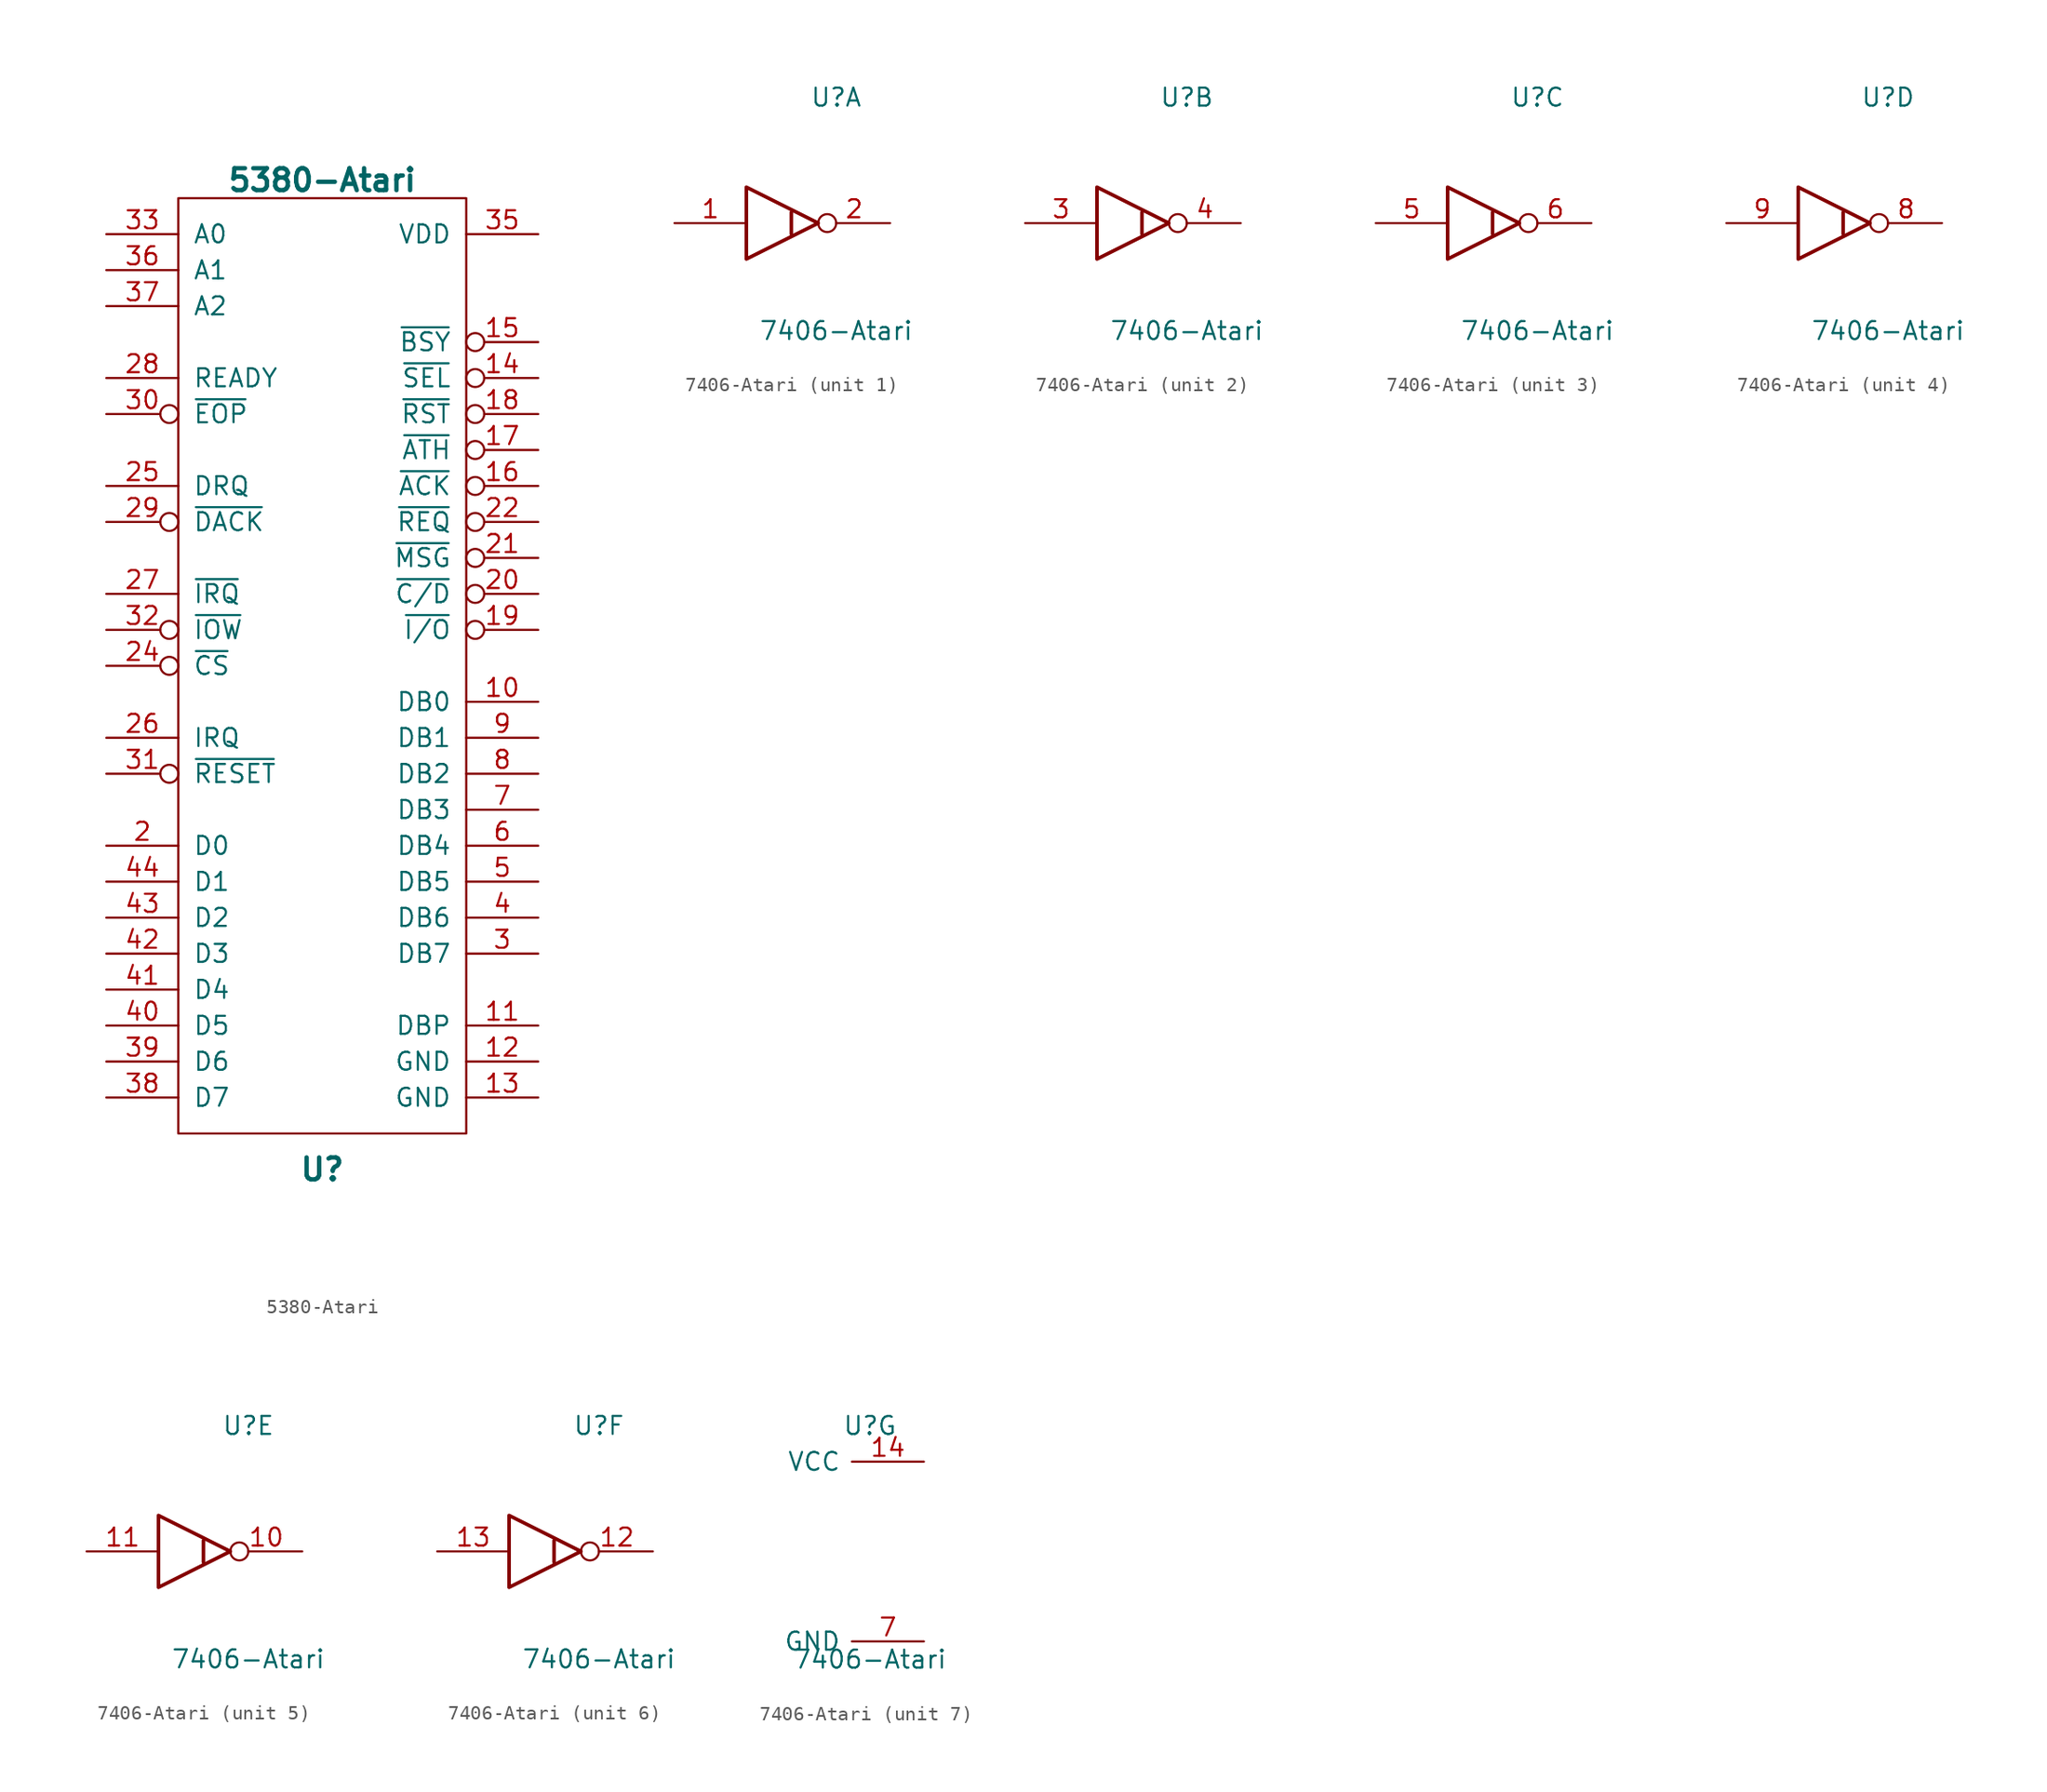
<source format=kicad_sym>
(kicad_symbol_lib
  (version 20231120)
  (generator "kicad_symbol_editor")
  (generator_version "8.0")
  (symbol "5380-Atari"
    (pin_names
      (offset 1.016))
    (property "Reference" "U"
      (at 0 -34.29 0)
      (effects (font (size 1.549 1.549) (bold yes))))
    (property "Value" "5380-Atari"
      (at 0 35.56 0)
      (effects (font (size 1.549 1.549) (bold yes))))
    (symbol "5380-Atari_0_1"
      (rectangle (start -10.16 34.29) (end 10.16 -31.75) (stroke (width 0) (type solid)) (fill (type none))))
    (symbol "5380-Atari_1_1"
      (pin no_connect line (at 0 -5.08 180) (length 0) hide (name "NC" (effects (font (size 0 0)))) (number "1" (effects (font (size 1.27 1.27)))))
      (pin bidirectional line (at 15.24 -1.27 180) (length 5.08) (name "DB0" (effects (font (size 1.27 1.27)))) (number "10" (effects (font (size 1.27 1.27)))))
      (pin input line (at 15.24 -24.13 180) (length 5.08) (name "DBP" (effects (font (size 1.27 1.27)))) (number "11" (effects (font (size 1.27 1.27)))))
      (pin power_in line (at 15.24 -26.67 180) (length 5.08) (name "GND" (effects (font (size 1.27 1.27)))) (number "12" (effects (font (size 1.27 1.27)))))
      (pin power_in line (at 15.24 -29.21 180) (length 5.08) (name "GND" (effects (font (size 1.27 1.27)))) (number "13" (effects (font (size 1.27 1.27)))))
      (pin bidirectional inverted (at 15.24 21.59 180) (length 5.08) (name "~{SEL}" (effects (font (size 1.27 1.27)))) (number "14" (effects (font (size 1.27 1.27)))))
      (pin bidirectional inverted (at 15.24 24.13 180) (length 5.08) (name "~{BSY}" (effects (font (size 1.27 1.27)))) (number "15" (effects (font (size 1.27 1.27)))))
      (pin bidirectional inverted (at 15.24 13.97 180) (length 5.08) (name "~{ACK}" (effects (font (size 1.27 1.27)))) (number "16" (effects (font (size 1.27 1.27)))))
      (pin bidirectional inverted (at 15.24 16.51 180) (length 5.08) (name "~{ATH}" (effects (font (size 1.27 1.27)))) (number "17" (effects (font (size 1.27 1.27)))))
      (pin bidirectional inverted (at 15.24 19.05 180) (length 5.08) (name "~{RST}" (effects (font (size 1.27 1.27)))) (number "18" (effects (font (size 1.27 1.27)))))
      (pin bidirectional inverted (at 15.24 3.81 180) (length 5.08) (name "~{I/O}" (effects (font (size 1.27 1.27)))) (number "19" (effects (font (size 1.27 1.27)))))
      (pin input line (at -15.24 -11.43 0) (length 5.08) (name "D0" (effects (font (size 1.27 1.27)))) (number "2" (effects (font (size 1.27 1.27)))))
      (pin bidirectional inverted (at 15.24 6.35 180) (length 5.08) (name "~{C/D}" (effects (font (size 1.27 1.27)))) (number "20" (effects (font (size 1.27 1.27)))))
      (pin bidirectional inverted (at 15.24 8.89 180) (length 5.08) (name "~{MSG}" (effects (font (size 1.27 1.27)))) (number "21" (effects (font (size 1.27 1.27)))))
      (pin bidirectional inverted (at 15.24 11.43 180) (length 5.08) (name "~{REQ}" (effects (font (size 1.27 1.27)))) (number "22" (effects (font (size 1.27 1.27)))))
      (pin no_connect line (at 0 -7.62 180) (length 0) hide (name "NC" (effects (font (size 0 0)))) (number "23" (effects (font (size 1.27 1.27)))))
      (pin input inverted (at -15.24 1.27 0) (length 5.08) (name "~{CS}" (effects (font (size 1.27 1.27)))) (number "24" (effects (font (size 1.27 1.27)))))
      (pin output line (at -15.24 13.97 0) (length 5.08) (name "DRQ" (effects (font (size 1.27 1.27)))) (number "25" (effects (font (size 1.27 1.27)))))
      (pin input line (at -15.24 -3.81 0) (length 5.08) (name "IRQ" (effects (font (size 1.27 1.27)))) (number "26" (effects (font (size 1.27 1.27)))))
      (pin output line (at -15.24 6.35 0) (length 5.08) (name "~{IRQ}" (effects (font (size 1.27 1.27)))) (number "27" (effects (font (size 1.27 1.27)))))
      (pin bidirectional line (at -15.24 21.59 0) (length 5.08) (name "READY" (effects (font (size 1.27 1.27)))) (number "28" (effects (font (size 1.27 1.27)))))
      (pin input inverted (at -15.24 11.43 0) (length 5.08) (name "~{DACK}" (effects (font (size 1.27 1.27)))) (number "29" (effects (font (size 1.27 1.27)))))
      (pin bidirectional line (at 15.24 -19.05 180) (length 5.08) (name "DB7" (effects (font (size 1.27 1.27)))) (number "3" (effects (font (size 1.27 1.27)))))
      (pin input inverted (at -15.24 19.05 0) (length 5.08) (name "~{EOP}" (effects (font (size 1.27 1.27)))) (number "30" (effects (font (size 1.27 1.27)))))
      (pin input inverted (at -15.24 -6.35 0) (length 5.08) (name "~{RESET}" (effects (font (size 1.27 1.27)))) (number "31" (effects (font (size 1.27 1.27)))))
      (pin input inverted (at -15.24 3.81 0) (length 5.08) (name "~{IOW}" (effects (font (size 1.27 1.27)))) (number "32" (effects (font (size 1.27 1.27)))))
      (pin input line (at -15.24 31.75 0) (length 5.08) (name "A0" (effects (font (size 1.27 1.27)))) (number "33" (effects (font (size 1.27 1.27)))))
      (pin no_connect line (at 0 -10.16 180) (length 0) hide (name "NC" (effects (font (size 0 0)))) (number "34" (effects (font (size 1.27 1.27)))))
      (pin power_in line (at 15.24 31.75 180) (length 5.08) (name "VDD" (effects (font (size 1.27 1.27)))) (number "35" (effects (font (size 1.27 1.27)))))
      (pin input line (at -15.24 29.21 0) (length 5.08) (name "A1" (effects (font (size 1.27 1.27)))) (number "36" (effects (font (size 1.27 1.27)))))
      (pin input line (at -15.24 26.67 0) (length 5.08) (name "A2" (effects (font (size 1.27 1.27)))) (number "37" (effects (font (size 1.27 1.27)))))
      (pin input line (at -15.24 -29.21 0) (length 5.08) (name "D7" (effects (font (size 1.27 1.27)))) (number "38" (effects (font (size 1.27 1.27)))))
      (pin input line (at -15.24 -26.67 0) (length 5.08) (name "D6" (effects (font (size 1.27 1.27)))) (number "39" (effects (font (size 1.27 1.27)))))
      (pin bidirectional line (at 15.24 -16.51 180) (length 5.08) (name "DB6" (effects (font (size 1.27 1.27)))) (number "4" (effects (font (size 1.27 1.27)))))
      (pin input line (at -15.24 -24.13 0) (length 5.08) (name "D5" (effects (font (size 1.27 1.27)))) (number "40" (effects (font (size 1.27 1.27)))))
      (pin input line (at -15.24 -21.59 0) (length 5.08) (name "D4" (effects (font (size 1.27 1.27)))) (number "41" (effects (font (size 1.27 1.27)))))
      (pin input line (at -15.24 -19.05 0) (length 5.08) (name "D3" (effects (font (size 1.27 1.27)))) (number "42" (effects (font (size 1.27 1.27)))))
      (pin input line (at -15.24 -16.51 0) (length 5.08) (name "D2" (effects (font (size 1.27 1.27)))) (number "43" (effects (font (size 1.27 1.27)))))
      (pin input line (at -15.24 -13.97 0) (length 5.08) (name "D1" (effects (font (size 1.27 1.27)))) (number "44" (effects (font (size 1.27 1.27)))))
      (pin bidirectional line (at 15.24 -13.97 180) (length 5.08) (name "DB5" (effects (font (size 1.27 1.27)))) (number "5" (effects (font (size 1.27 1.27)))))
      (pin bidirectional line (at 15.24 -11.43 180) (length 5.08) (name "DB4" (effects (font (size 1.27 1.27)))) (number "6" (effects (font (size 1.27 1.27)))))
      (pin bidirectional line (at 15.24 -8.89 180) (length 5.08) (name "DB3" (effects (font (size 1.27 1.27)))) (number "7" (effects (font (size 1.27 1.27)))))
      (pin bidirectional line (at 15.24 -6.35 180) (length 5.08) (name "DB2" (effects (font (size 1.27 1.27)))) (number "8" (effects (font (size 1.27 1.27)))))
      (pin bidirectional line (at 15.24 -3.81 180) (length 5.08) (name "DB1" (effects (font (size 1.27 1.27)))) (number "9" (effects (font (size 1.27 1.27)))))))
  (symbol "7406-Atari"
    (pin_names
      (offset 0.762))
    (property "Reference" "U"
      (at 3.81 8.89 0)
      (effects (font (size 1.27 1.27))))
    (property "Value" "7406-Atari"
      (at 3.81 -7.62 0)
      (effects (font (size 1.27 1.27))))
    (symbol "7406-Atari_1_1"
      (polyline (pts (xy 0.635 0.762) (xy 0.635 -0.635) (xy 0.635 -0.762)) (stroke (width 0.254) (type solid)) (fill (type none)))
      (polyline (pts (xy -2.54 2.54) (xy 2.54 0) (xy -2.54 -2.54) (xy -2.54 2.54)) (stroke (width 0.254) (type solid)) (fill (type none)))
      (pin input line (at -7.62 0 0) (length 5.08) (name "~" (effects (font (size 1.27 1.27)))) (number "1" (effects (font (size 1.27 1.27)))))
      (pin open_collector inverted (at 7.62 0 180) (length 5.08) (name "~" (effects (font (size 1.27 1.27)))) (number "2" (effects (font (size 1.27 1.27))))))
    (symbol "7406-Atari_2_1"
      (polyline (pts (xy 0.635 0.762) (xy 0.635 -0.635) (xy 0.635 -0.762)) (stroke (width 0.254) (type solid)) (fill (type none)))
      (polyline (pts (xy -2.54 2.54) (xy 2.54 0) (xy -2.54 -2.54) (xy -2.54 2.54)) (stroke (width 0.254) (type solid)) (fill (type none)))
      (pin input line (at -7.62 0 0) (length 5.08) (name "~" (effects (font (size 1.27 1.27)))) (number "3" (effects (font (size 1.27 1.27)))))
      (pin open_collector inverted (at 7.62 0 180) (length 5.08) (name "~" (effects (font (size 1.27 1.27)))) (number "4" (effects (font (size 1.27 1.27))))))
    (symbol "7406-Atari_3_1"
      (polyline (pts (xy 0.635 0.762) (xy 0.635 -0.635) (xy 0.635 -0.762)) (stroke (width 0.254) (type solid)) (fill (type none)))
      (polyline (pts (xy -2.54 2.54) (xy 2.54 0) (xy -2.54 -2.54) (xy -2.54 2.54)) (stroke (width 0.254) (type solid)) (fill (type none)))
      (pin input line (at -7.62 0 0) (length 5.08) (name "~" (effects (font (size 1.27 1.27)))) (number "5" (effects (font (size 1.27 1.27)))))
      (pin open_collector inverted (at 7.62 0 180) (length 5.08) (name "~" (effects (font (size 1.27 1.27)))) (number "6" (effects (font (size 1.27 1.27))))))
    (symbol "7406-Atari_4_1"
      (polyline (pts (xy 0.635 0.762) (xy 0.635 -0.635) (xy 0.635 -0.762)) (stroke (width 0.254) (type solid)) (fill (type none)))
      (polyline (pts (xy -2.54 2.54) (xy 2.54 0) (xy -2.54 -2.54) (xy -2.54 2.54)) (stroke (width 0.254) (type solid)) (fill (type none)))
      (pin open_collector inverted (at 7.62 0 180) (length 5.08) (name "~" (effects (font (size 1.27 1.27)))) (number "8" (effects (font (size 1.27 1.27)))))
      (pin input line (at -7.62 0 0) (length 5.08) (name "~" (effects (font (size 1.27 1.27)))) (number "9" (effects (font (size 1.27 1.27))))))
    (symbol "7406-Atari_5_1"
      (polyline (pts (xy 0.635 0.762) (xy 0.635 -0.635) (xy 0.635 -0.762)) (stroke (width 0.254) (type solid)) (fill (type none)))
      (polyline (pts (xy -2.54 2.54) (xy 2.54 0) (xy -2.54 -2.54) (xy -2.54 2.54)) (stroke (width 0.254) (type solid)) (fill (type none)))
      (pin output inverted (at 7.62 0 180) (length 5.08) (name "~" (effects (font (size 1.27 1.27)))) (number "10" (effects (font (size 1.27 1.27)))))
      (pin input line (at -7.62 0 0) (length 5.08) (name "~" (effects (font (size 1.27 1.27)))) (number "11" (effects (font (size 1.27 1.27))))))
    (symbol "7406-Atari_6_1"
      (polyline (pts (xy 0.635 0.762) (xy 0.635 -0.635) (xy 0.635 -0.762)) (stroke (width 0.254) (type solid)) (fill (type none)))
      (polyline (pts (xy -2.54 2.54) (xy 2.54 0) (xy -2.54 -2.54) (xy -2.54 2.54)) (stroke (width 0.254) (type solid)) (fill (type none)))
      (pin open_collector inverted (at 7.62 0 180) (length 5.08) (name "~" (effects (font (size 1.27 1.27)))) (number "12" (effects (font (size 1.27 1.27)))))
      (pin input line (at -7.62 0 0) (length 5.08) (name "~" (effects (font (size 1.27 1.27)))) (number "13" (effects (font (size 1.27 1.27))))))
    (symbol "7406-Atari_7_1"
      (pin power_in line (at 7.62 6.35 180) (length 5.08) (name "VCC" (effects (font (size 1.27 1.27)))) (number "14" (effects (font (size 1.27 1.27)))))
      (pin power_in line (at 7.62 -6.35 180) (length 5.08) (name "GND" (effects (font (size 1.27 1.27)))) (number "7" (effects (font (size 1.27 1.27))))))))
</source>
